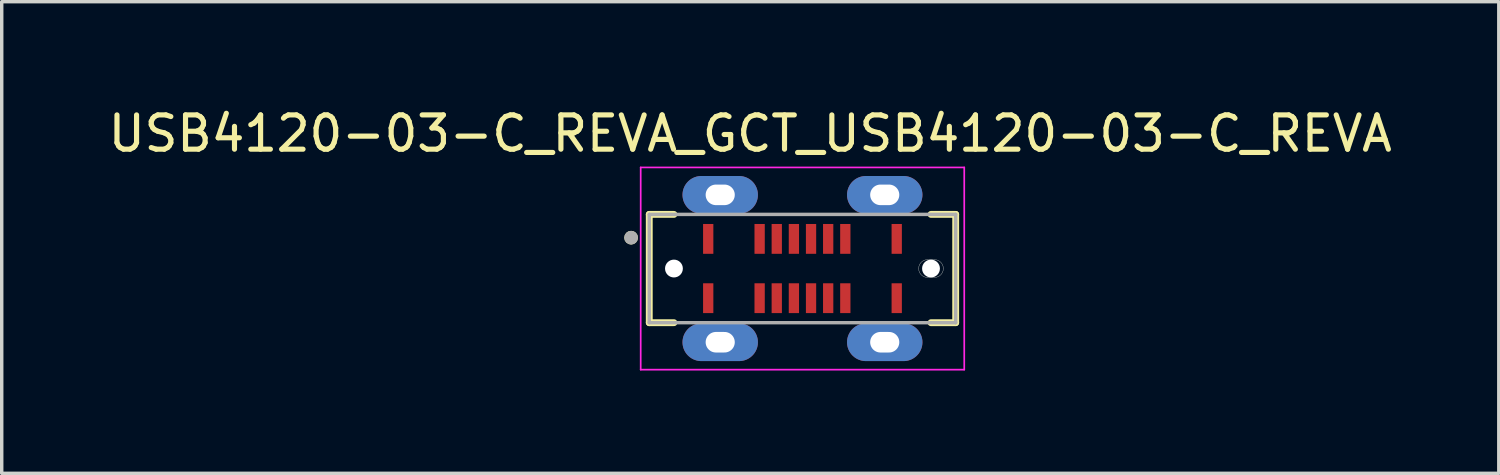
<source format=kicad_pcb>
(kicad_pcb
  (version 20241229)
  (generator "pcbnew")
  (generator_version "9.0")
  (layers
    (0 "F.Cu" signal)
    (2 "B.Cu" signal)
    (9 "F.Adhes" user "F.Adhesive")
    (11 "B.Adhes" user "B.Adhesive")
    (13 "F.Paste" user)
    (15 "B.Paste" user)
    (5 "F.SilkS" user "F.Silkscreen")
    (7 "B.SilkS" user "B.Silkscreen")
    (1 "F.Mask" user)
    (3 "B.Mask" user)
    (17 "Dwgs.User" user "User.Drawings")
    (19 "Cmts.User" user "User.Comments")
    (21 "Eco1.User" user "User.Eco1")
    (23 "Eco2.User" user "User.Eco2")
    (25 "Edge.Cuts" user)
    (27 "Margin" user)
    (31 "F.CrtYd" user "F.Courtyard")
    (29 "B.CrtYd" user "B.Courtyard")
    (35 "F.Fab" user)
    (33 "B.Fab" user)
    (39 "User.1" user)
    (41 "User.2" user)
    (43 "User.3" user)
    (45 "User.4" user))
  (footprint "USB4120-03-C_REVA_GCT_USB4120-03-C_REVA"
    (layer "F.Cu")
    (at 20.363 4.785)
    (property "Reference" "USB4120-03-C_REVA_GCT_USB4120-03-C_REVA" (at -1.524 -3.937 0) (layer "F.SilkS") (effects (font (size 1 1) (thickness 0.15))))
    (attr smd)
    (fp_line (start -4.47 -1.58) (end -4.47 1.58) (stroke (width 0.2) (type solid)) (layer "F.SilkS"))
    (fp_line (start -4.47 1.58) (end -3.75 1.58) (stroke (width 0.2) (type solid)) (layer "F.SilkS"))
    (fp_line (start -3.75 -1.58) (end -4.47 -1.58) (stroke (width 0.2) (type solid)) (layer "F.SilkS"))
    (fp_line (start 3.75 -1.58) (end 4.47 -1.58) (stroke (width 0.2) (type solid)) (layer "F.SilkS"))
    (fp_line (start 4.47 -1.58) (end 4.47 1.58) (stroke (width 0.2) (type solid)) (layer "F.SilkS"))
    (fp_line (start 4.47 1.58) (end 3.75 1.58) (stroke (width 0.2) (type solid)) (layer "F.SilkS"))
    (fp_circle (center -5 -0.9) (end -4.9 -0.9) (stroke (width 0.2) (type solid)) (fill no) (layer "F.SilkS"))
    (fp_line (start 3.65 -0.26) (end 3.85 -0.26) (stroke (width 0.01) (type solid)) (layer "Edge.Cuts"))
    (fp_line (start 3.85 0.26) (end 3.65 0.26) (stroke (width 0.01) (type solid)) (layer "Edge.Cuts"))
    (fp_arc (start 3.39 0) (mid 3.466152 -0.183848) (end 3.65 -0.26) (stroke (width 0.01) (type solid)) (layer "Edge.Cuts"))
    (fp_arc (start 3.65 0.26) (mid 3.466152 0.183848) (end 3.39 0) (stroke (width 0.01) (type solid)) (layer "Edge.Cuts"))
    (fp_arc (start 3.85 -0.26) (mid 4.033848 -0.183848) (end 4.11 0) (stroke (width 0.01) (type solid)) (layer "Edge.Cuts"))
    (fp_arc (start 4.11 0) (mid 4.033848 0.183848) (end 3.85 0.26) (stroke (width 0.01) (type solid)) (layer "Edge.Cuts"))
    (fp_line (start -4.72 -2.95) (end 4.72 -2.95) (stroke (width 0.05) (type solid)) (layer "F.CrtYd"))
    (fp_line (start -4.72 2.95) (end -4.72 -2.95) (stroke (width 0.05) (type solid)) (layer "F.CrtYd"))
    (fp_line (start 4.72 -2.95) (end 4.72 2.95) (stroke (width 0.05) (type solid)) (layer "F.CrtYd"))
    (fp_line (start 4.72 2.95) (end -4.72 2.95) (stroke (width 0.05) (type solid)) (layer "F.CrtYd"))
    (fp_line (start -4.47 -1.58) (end 4.47 -1.58) (stroke (width 0.1) (type solid)) (layer "F.Fab"))
    (fp_line (start -4.47 1.58) (end -4.47 -1.58) (stroke (width 0.1) (type solid)) (layer "F.Fab"))
    (fp_line (start 4.47 -1.58) (end 4.47 1.58) (stroke (width 0.1) (type solid)) (layer "F.Fab"))
    (fp_line (start 4.47 1.58) (end -4.47 1.58) (stroke (width 0.1) (type solid)) (layer "F.Fab"))
    (fp_circle (center -5 -0.9) (end -4.9 -0.9) (stroke (width 0.2) (type solid)) (fill no) (layer "F.Fab"))
    (pad "" np_thru_hole circle (at -3.75 0) (size 0.52 0.52) (drill 0.52) (layers "*.Cu" "*.Mask"))
    (pad "" np_thru_hole circle (at 3.75 0) (size 0.52 0.52) (drill 0.52) (layers "*.Cu" "*.Mask"))
    (pad "A1" smd rect (at -2.75 -0.865) (size 0.3 0.87) (layers "F.Cu" "F.Mask" "F.Paste"))
    (pad "A4" smd rect (at -1.25 -0.865) (size 0.3 0.87) (layers "F.Cu" "F.Mask" "F.Paste"))
    (pad "A5" smd rect (at -0.75 -0.865) (size 0.3 0.87) (layers "F.Cu" "F.Mask" "F.Paste"))
    (pad "A6" smd rect (at -0.25 -0.865) (size 0.3 0.87) (layers "F.Cu" "F.Mask" "F.Paste"))
    (pad "A7" smd rect (at 0.25 -0.865) (size 0.3 0.87) (layers "F.Cu" "F.Mask" "F.Paste"))
    (pad "A8" smd rect (at 0.75 -0.865) (size 0.3 0.87) (layers "F.Cu" "F.Mask" "F.Paste"))
    (pad "A9" smd rect (at 1.25 -0.865) (size 0.3 0.87) (layers "F.Cu" "F.Mask" "F.Paste"))
    (pad "A12" smd rect (at 2.75 -0.865) (size 0.3 0.87) (layers "F.Cu" "F.Mask" "F.Paste"))
    (pad "B1" smd rect (at 2.75 0.865) (size 0.3 0.87) (layers "F.Cu" "F.Mask" "F.Paste"))
    (pad "B4" smd rect (at 1.25 0.865) (size 0.3 0.87) (layers "F.Cu" "F.Mask" "F.Paste"))
    (pad "B5" smd rect (at 0.75 0.865) (size 0.3 0.87) (layers "F.Cu" "F.Mask" "F.Paste"))
    (pad "B6" smd rect (at 0.25 0.865) (size 0.3 0.87) (layers "F.Cu" "F.Mask" "F.Paste"))
    (pad "B7" smd rect (at -0.25 0.865) (size 0.3 0.87) (layers "F.Cu" "F.Mask" "F.Paste"))
    (pad "B8" smd rect (at -0.75 0.865) (size 0.3 0.87) (layers "F.Cu" "F.Mask" "F.Paste"))
    (pad "B9" smd rect (at -1.25 0.865) (size 0.3 0.87) (layers "F.Cu" "F.Mask" "F.Paste"))
    (pad "B12" smd rect (at -2.75 0.865) (size 0.3 0.87) (layers "F.Cu" "F.Mask" "F.Paste"))
    (pad "S1" thru_hole oval (at -2.4 -2.15) (size 2.2 1.1) (drill oval 0.85 0.6) (layers "*.Cu" "*.Mask" "F.Paste"))
    (pad "S2" thru_hole oval (at -2.4 2.15) (size 2.2 1.1) (drill oval 0.85 0.6) (layers "*.Cu" "*.Mask" "F.Paste"))
    (pad "S3" thru_hole oval (at 2.4 -2.15) (size 2.2 1.1) (drill oval 0.85 0.6) (layers "*.Cu" "*.Mask" "F.Paste"))
    (pad "S4" thru_hole oval (at 2.4 2.15) (size 2.2 1.1) (drill oval 0.85 0.6) (layers "*.Cu" "*.Mask" "F.Paste")))
  (gr_rect
    (start -3 -3)
    (end 40.679 10.76)
    (stroke (width 0.1) (type default))
    (fill no)
    (layer "Edge.Cuts")))
</source>
